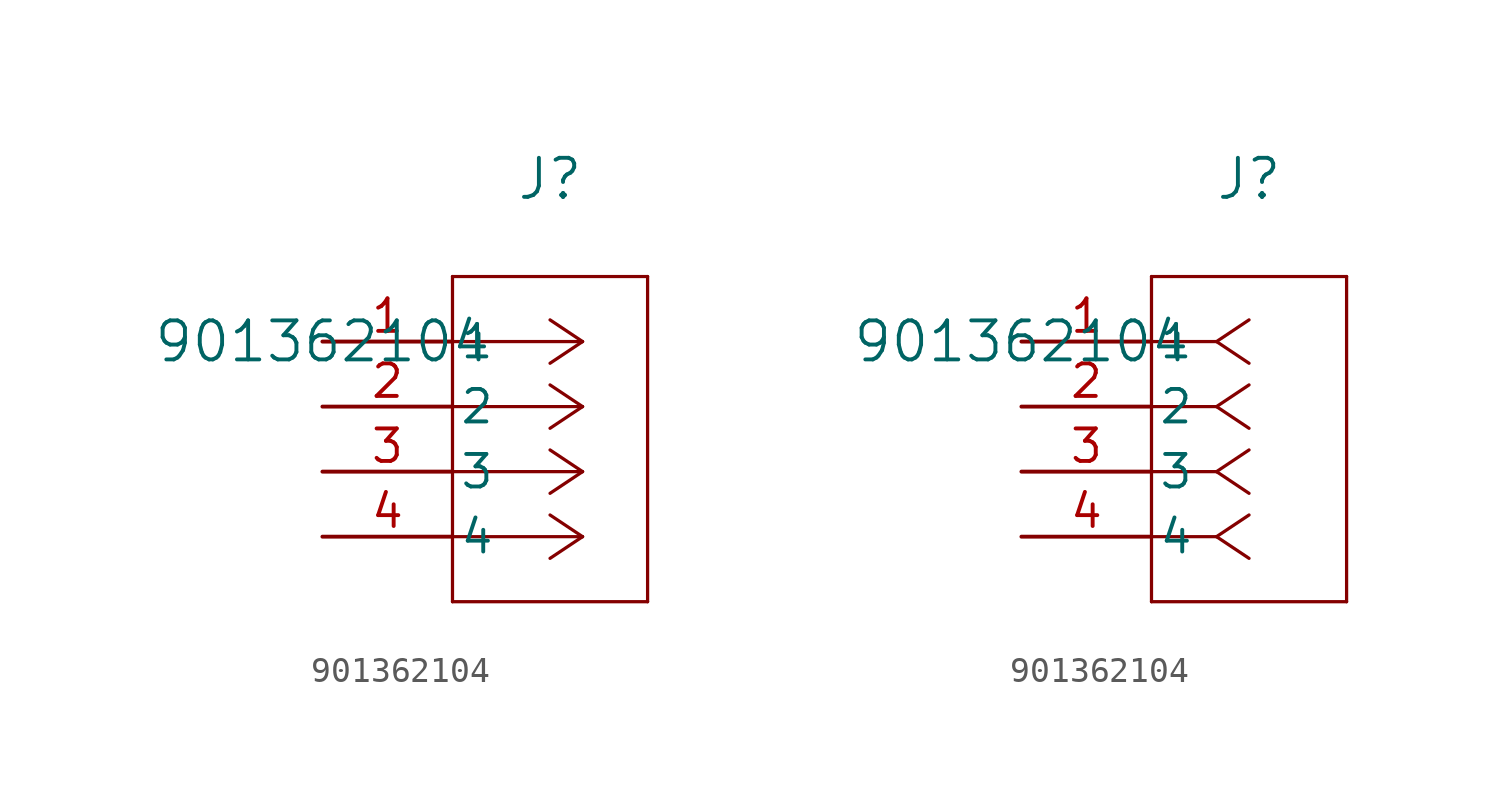
<source format=kicad_sym>
(kicad_symbol_lib
  (version 20211014)
  (generator kicad_symbol_editor)
  (symbol "901362104"
    (pin_names
      (offset 0.254))
    (property "Reference" "J"
      (at 8.89 6.35 0)
      (effects (font (size 1.524 1.524))))
    (property "Value" "901362104"
      (at 0 0 0)
      (effects (font (size 1.524 1.524))))
    (symbol "901362104_1_1"
      (polyline (pts (xy 10.16 0) (xy 5.08 0)) (stroke (width 0.127) (type default) (color 0 0 0 0)) (fill (type none)))
      (polyline (pts (xy 10.16 -2.54) (xy 5.08 -2.54)) (stroke (width 0.127) (type default) (color 0 0 0 0)) (fill (type none)))
      (polyline (pts (xy 10.16 -5.08) (xy 5.08 -5.08)) (stroke (width 0.127) (type default) (color 0 0 0 0)) (fill (type none)))
      (polyline (pts (xy 10.16 -7.62) (xy 5.08 -7.62)) (stroke (width 0.127) (type default) (color 0 0 0 0)) (fill (type none)))
      (polyline (pts (xy 10.16 0) (xy 8.89 0.847)) (stroke (width 0.127) (type default) (color 0 0 0 0)) (fill (type none)))
      (polyline (pts (xy 10.16 -2.54) (xy 8.89 -1.693)) (stroke (width 0.127) (type default) (color 0 0 0 0)) (fill (type none)))
      (polyline (pts (xy 10.16 -5.08) (xy 8.89 -4.233)) (stroke (width 0.127) (type default) (color 0 0 0 0)) (fill (type none)))
      (polyline (pts (xy 10.16 -7.62) (xy 8.89 -6.773)) (stroke (width 0.127) (type default) (color 0 0 0 0)) (fill (type none)))
      (polyline (pts (xy 10.16 0) (xy 8.89 -0.847)) (stroke (width 0.127) (type default) (color 0 0 0 0)) (fill (type none)))
      (polyline (pts (xy 10.16 -2.54) (xy 8.89 -3.387)) (stroke (width 0.127) (type default) (color 0 0 0 0)) (fill (type none)))
      (polyline (pts (xy 10.16 -5.08) (xy 8.89 -5.927)) (stroke (width 0.127) (type default) (color 0 0 0 0)) (fill (type none)))
      (polyline (pts (xy 10.16 -7.62) (xy 8.89 -8.467)) (stroke (width 0.127) (type default) (color 0 0 0 0)) (fill (type none)))
      (polyline (pts (xy 5.08 2.54) (xy 5.08 -10.16)) (stroke (width 0.127) (type default) (color 0 0 0 0)) (fill (type none)))
      (polyline (pts (xy 5.08 -10.16) (xy 12.7 -10.16)) (stroke (width 0.127) (type default) (color 0 0 0 0)) (fill (type none)))
      (polyline (pts (xy 12.7 -10.16) (xy 12.7 2.54)) (stroke (width 0.127) (type default) (color 0 0 0 0)) (fill (type none)))
      (polyline (pts (xy 12.7 2.54) (xy 5.08 2.54)) (stroke (width 0.127) (type default) (color 0 0 0 0)) (fill (type none)))
      (pin unspecified line (at 0 0 0) (length 5.08) (name "1" (effects (font (size 1.27 1.27)))) (number "1" (effects (font (size 1.27 1.27)))))
      (pin unspecified line (at 0 -2.54 0) (length 5.08) (name "2" (effects (font (size 1.27 1.27)))) (number "2" (effects (font (size 1.27 1.27)))))
      (pin unspecified line (at 0 -5.08 0) (length 5.08) (name "3" (effects (font (size 1.27 1.27)))) (number "3" (effects (font (size 1.27 1.27)))))
      (pin unspecified line (at 0 -7.62 0) (length 5.08) (name "4" (effects (font (size 1.27 1.27)))) (number "4" (effects (font (size 1.27 1.27))))))
    (symbol "901362104_1_2"
      (polyline (pts (xy 7.62 0) (xy 5.08 0)) (stroke (width 0.127) (type default) (color 0 0 0 0)) (fill (type none)))
      (polyline (pts (xy 7.62 -2.54) (xy 5.08 -2.54)) (stroke (width 0.127) (type default) (color 0 0 0 0)) (fill (type none)))
      (polyline (pts (xy 7.62 -5.08) (xy 5.08 -5.08)) (stroke (width 0.127) (type default) (color 0 0 0 0)) (fill (type none)))
      (polyline (pts (xy 7.62 -7.62) (xy 5.08 -7.62)) (stroke (width 0.127) (type default) (color 0 0 0 0)) (fill (type none)))
      (polyline (pts (xy 7.62 0) (xy 8.89 0.847)) (stroke (width 0.127) (type default) (color 0 0 0 0)) (fill (type none)))
      (polyline (pts (xy 7.62 -2.54) (xy 8.89 -1.693)) (stroke (width 0.127) (type default) (color 0 0 0 0)) (fill (type none)))
      (polyline (pts (xy 7.62 -5.08) (xy 8.89 -4.233)) (stroke (width 0.127) (type default) (color 0 0 0 0)) (fill (type none)))
      (polyline (pts (xy 7.62 -7.62) (xy 8.89 -6.773)) (stroke (width 0.127) (type default) (color 0 0 0 0)) (fill (type none)))
      (polyline (pts (xy 7.62 0) (xy 8.89 -0.847)) (stroke (width 0.127) (type default) (color 0 0 0 0)) (fill (type none)))
      (polyline (pts (xy 7.62 -2.54) (xy 8.89 -3.387)) (stroke (width 0.127) (type default) (color 0 0 0 0)) (fill (type none)))
      (polyline (pts (xy 7.62 -5.08) (xy 8.89 -5.927)) (stroke (width 0.127) (type default) (color 0 0 0 0)) (fill (type none)))
      (polyline (pts (xy 7.62 -7.62) (xy 8.89 -8.467)) (stroke (width 0.127) (type default) (color 0 0 0 0)) (fill (type none)))
      (polyline (pts (xy 5.08 2.54) (xy 5.08 -10.16)) (stroke (width 0.127) (type default) (color 0 0 0 0)) (fill (type none)))
      (polyline (pts (xy 5.08 -10.16) (xy 12.7 -10.16)) (stroke (width 0.127) (type default) (color 0 0 0 0)) (fill (type none)))
      (polyline (pts (xy 12.7 -10.16) (xy 12.7 2.54)) (stroke (width 0.127) (type default) (color 0 0 0 0)) (fill (type none)))
      (polyline (pts (xy 12.7 2.54) (xy 5.08 2.54)) (stroke (width 0.127) (type default) (color 0 0 0 0)) (fill (type none)))
      (pin unspecified line (at 0 0 0) (length 5.08) (name "1" (effects (font (size 1.27 1.27)))) (number "1" (effects (font (size 1.27 1.27)))))
      (pin unspecified line (at 0 -2.54 0) (length 5.08) (name "2" (effects (font (size 1.27 1.27)))) (number "2" (effects (font (size 1.27 1.27)))))
      (pin unspecified line (at 0 -5.08 0) (length 5.08) (name "3" (effects (font (size 1.27 1.27)))) (number "3" (effects (font (size 1.27 1.27)))))
      (pin unspecified line (at 0 -7.62 0) (length 5.08) (name "4" (effects (font (size 1.27 1.27)))) (number "4" (effects (font (size 1.27 1.27))))))))
</source>
